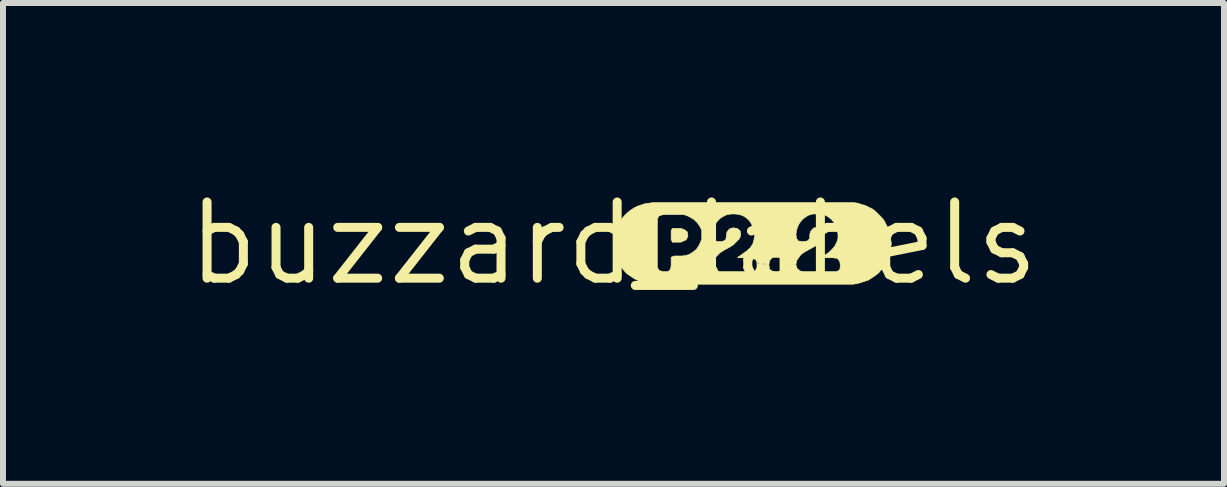
<source format=kicad_pcb>
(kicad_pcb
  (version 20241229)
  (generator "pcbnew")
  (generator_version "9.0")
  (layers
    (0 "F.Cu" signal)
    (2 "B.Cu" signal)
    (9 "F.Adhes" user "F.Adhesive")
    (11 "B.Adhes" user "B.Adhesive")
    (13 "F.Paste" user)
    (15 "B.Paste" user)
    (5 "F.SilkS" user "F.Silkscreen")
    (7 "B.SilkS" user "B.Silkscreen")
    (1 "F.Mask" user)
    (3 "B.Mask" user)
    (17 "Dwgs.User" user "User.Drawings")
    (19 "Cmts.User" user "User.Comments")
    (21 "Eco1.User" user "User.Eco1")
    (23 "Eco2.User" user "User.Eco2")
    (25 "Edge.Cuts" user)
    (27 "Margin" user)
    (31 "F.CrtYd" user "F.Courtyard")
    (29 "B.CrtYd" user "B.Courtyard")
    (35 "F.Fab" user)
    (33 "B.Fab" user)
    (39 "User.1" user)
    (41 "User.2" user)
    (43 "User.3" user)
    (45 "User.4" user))
  (footprint "buzzard_labels"
    (layer "F.Cu")
    (at 7.174 1.006)
    (property "Reference" "buzzard_labels" (at 0 0 0) (layer "F.SilkS") (effects (font (size 1.27 1.27) (thickness 0.15))))
    (attr exclude_from_pos_files exclude_from_bom)
    (fp_poly (pts (xy 1.21 -0.06) (xy 1.24 -0.12) (xy 1.23 -0.19) (xy 1.18 -0.23) (xy 1.12 -0.25) (xy 0.98 -0.25) (xy 0.96 -0.21) (xy 0.96 -0.07) (xy 0.98 -0.02) (xy 1.12 -0.02) (xy 1.21 -0.06)) (stroke (width 0.01) (type solid)) (fill yes) (layer "F.SilkS"))
    (fp_poly (pts (xy 0.66 -0.68) (xy 0.59 -0.67) (xy 0.52 -0.66) (xy 0.46 -0.64) (xy 0.4 -0.62) (xy 0.34 -0.59) (xy 0.28 -0.55) (xy 0.23 -0.51) (xy 0.18 -0.46) (xy 0.14 -0.41) (xy 0.1 -0.35) (xy 0.07 -0.29) (xy 0.04 -0.23) (xy 0.02 -0.16) (xy 0.01 -0.1) (xy 0 -0.03) (xy 0 0.04) (xy 0.01 0.11) (xy 0.02 0.17) (xy 0.04 0.24) (xy 0.07 0.3) (xy 0.1 0.36) (xy 0.14 0.41) (xy 0.19 0.47) (xy 0.23 0.51) (xy 0.29 0.55) (xy 0.35 0.59) (xy 0.41 0.62) (xy 0.47 0.64) (xy 0.54 0.66) (xy 0.6 0.67) (xy 0.67 0.68) (xy 3.92 0.68) (xy 3.99 0.68) (xy 4.06 0.67) (xy 4.13 0.65) (xy 4.19 0.63) (xy 4.25 0.61) (xy 4.31 0.57) (xy 4.37 0.53) (xy 4.42 0.49) (xy 4.46 0.44) (xy 4.51 0.39) (xy 4.54 0.33) (xy 4.57 0.27) (xy 4.59 0.2) (xy 4.61 0.14) (xy 4.62 0.07) (xy 4.63 0) (xy 4.62 -0.06) (xy 4.61 -0.13) (xy 4.6 -0.2) (xy 4.57 -0.26) (xy 4.54 -0.32) (xy 4.51 -0.38) (xy 4.47 -0.43) (xy 4.42 -0.48) (xy 4.37 -0.53) (xy 4.32 -0.57) (xy 4.26 -0.6) (xy 4.2 -0.63) (xy 4.13 -0.65) (xy 4.07 -0.67) (xy 4 -0.68) (xy 3.93 -0.68) (xy 0.68 -0.68) (xy 0.76 -0.46) (xy 0.83 -0.48) (xy 1.1 -0.48) (xy 1.17 -0.48) (xy 1.23 -0.46) (xy 1.29 -0.43) (xy 1.35 -0.39) (xy 1.4 -0.34) (xy 1.44 -0.28) (xy 1.47 -0.22) (xy 1.47 -0.15) (xy 1.66 -0.18) (xy 1.67 -0.25) (xy 1.69 -0.31) (xy 1.73 -0.37) (xy 1.78 -0.42) (xy 1.83 -0.45) (xy 1.89 -0.48) (xy 1.96 -0.49) (xy 2.03 -0.49) (xy 2.1 -0.48) (xy 2.16 -0.46) (xy 2.22 -0.42) (xy 2.27 -0.37) (xy 2.3 -0.32) (xy 2.33 -0.26) (xy 2.35 -0.19) (xy 2.35 -0.12) (xy 2.34 -0.06) (xy 2.32 0.01) (xy 2.28 0.07) (xy 2.23 0.12) (xy 2.17 0.16) (xy 2.12 0.2) (xy 2.07 0.23) (xy 2.07 0.24) (xy 2.27 0.24) (xy 2.31 0.25) (xy 2.37 0.27) (xy 2.39 0.32) (xy 2.59 0.35) (xy 2.6 0.29) (xy 2.64 0.24) (xy 2.71 0.23) (xy 2.79 0.24) (xy 2.83 0.28) (xy 2.84 0.35) (xy 3.04 0.35) (xy 3.05 0.29) (xy 3.09 0.23) (xy 3.13 0.18) (xy 3.19 0.14) (xy 3.37 0.04) (xy 3.42 -0.01) (xy 3.47 -0.05) (xy 3.5 -0.12) (xy 3.51 -0.18) (xy 3.47 -0.23) (xy 3.41 -0.26) (xy 3.34 -0.26) (xy 3.29 -0.21) (xy 3.27 -0.15) (xy 3.27 -0.08) (xy 3.23 -0.04) (xy 3.15 -0.03) (xy 3.08 -0.04) (xy 3.05 -0.08) (xy 3.04 -0.15) (xy 3.05 -0.22) (xy 3.07 -0.28) (xy 3.1 -0.34) (xy 3.15 -0.4) (xy 3.2 -0.44) (xy 3.25 -0.47) (xy 3.32 -0.49) (xy 3.39 -0.49) (xy 3.46 -0.49) (xy 3.53 -0.47) (xy 3.58 -0.44) (xy 3.63 -0.4) (xy 3.68 -0.34) (xy 3.71 -0.28) (xy 3.73 -0.22) (xy 3.74 -0.15) (xy 3.74 -0.08) (xy 3.72 -0.02) (xy 3.69 0.04) (xy 3.65 0.09) (xy 3.59 0.15) (xy 3.53 0.19) (xy 3.43 0.24) (xy 3.63 0.24) (xy 3.66 0.24) (xy 3.73 0.25) (xy 3.77 0.3) (xy 3.78 0.37) (xy 3.77 0.44) (xy 3.72 0.47) (xy 3.65 0.47) (xy 3.17 0.47) (xy 3.11 0.46) (xy 3.06 0.42) (xy 3.04 0.36) (xy 2.84 0.36) (xy 2.83 0.42) (xy 2.79 0.46) (xy 2.71 0.47) (xy 2.64 0.46) (xy 2.6 0.43) (xy 2.59 0.36) (xy 2.39 0.33) (xy 2.39 0.4) (xy 2.36 0.46) (xy 2.3 0.47) (xy 1.76 0.47) (xy 1.7 0.45) (xy 1.66 0.39) (xy 1.66 0.33) (xy 1.68 0.26) (xy 1.72 0.21) (xy 1.77 0.16) (xy 1.83 0.12) (xy 1.94 0.06) (xy 2 0.02) (xy 2.05 -0.03) (xy 2.1 -0.08) (xy 2.12 -0.14) (xy 2.11 -0.21) (xy 2.06 -0.25) (xy 1.99 -0.26) (xy 1.93 -0.24) (xy 1.89 -0.19) (xy 1.88 -0.12) (xy 1.87 -0.06) (xy 1.81 -0.03) (xy 1.73 -0.03) (xy 1.67 -0.06) (xy 1.65 -0.11) (xy 1.65 -0.18) (xy 1.47 -0.15) (xy 1.47 -0.08) (xy 1.45 -0.02) (xy 1.42 0.04) (xy 1.38 0.1) (xy 1.33 0.14) (xy 1.27 0.18) (xy 1.21 0.2) (xy 1.14 0.21) (xy 1.01 0.21) (xy 0.96 0.23) (xy 0.96 0.37) (xy 0.95 0.43) (xy 0.91 0.47) (xy 0.82 0.47) (xy 0.76 0.45) (xy 0.73 0.4) (xy 0.73 0.33) (xy 0.73 -0.41) (xy 0.76 -0.46) (xy 0.68 -0.68) (xy 0.66 -0.68)) (stroke (width 0.01) (type solid)) (fill yes) (layer "F.SilkS")))
  (gr_rect
    (start -3 -3)
    (end 17.347 5.012)
    (stroke (width 0.1) (type default))
    (fill no)
    (layer "Edge.Cuts")))
</source>
